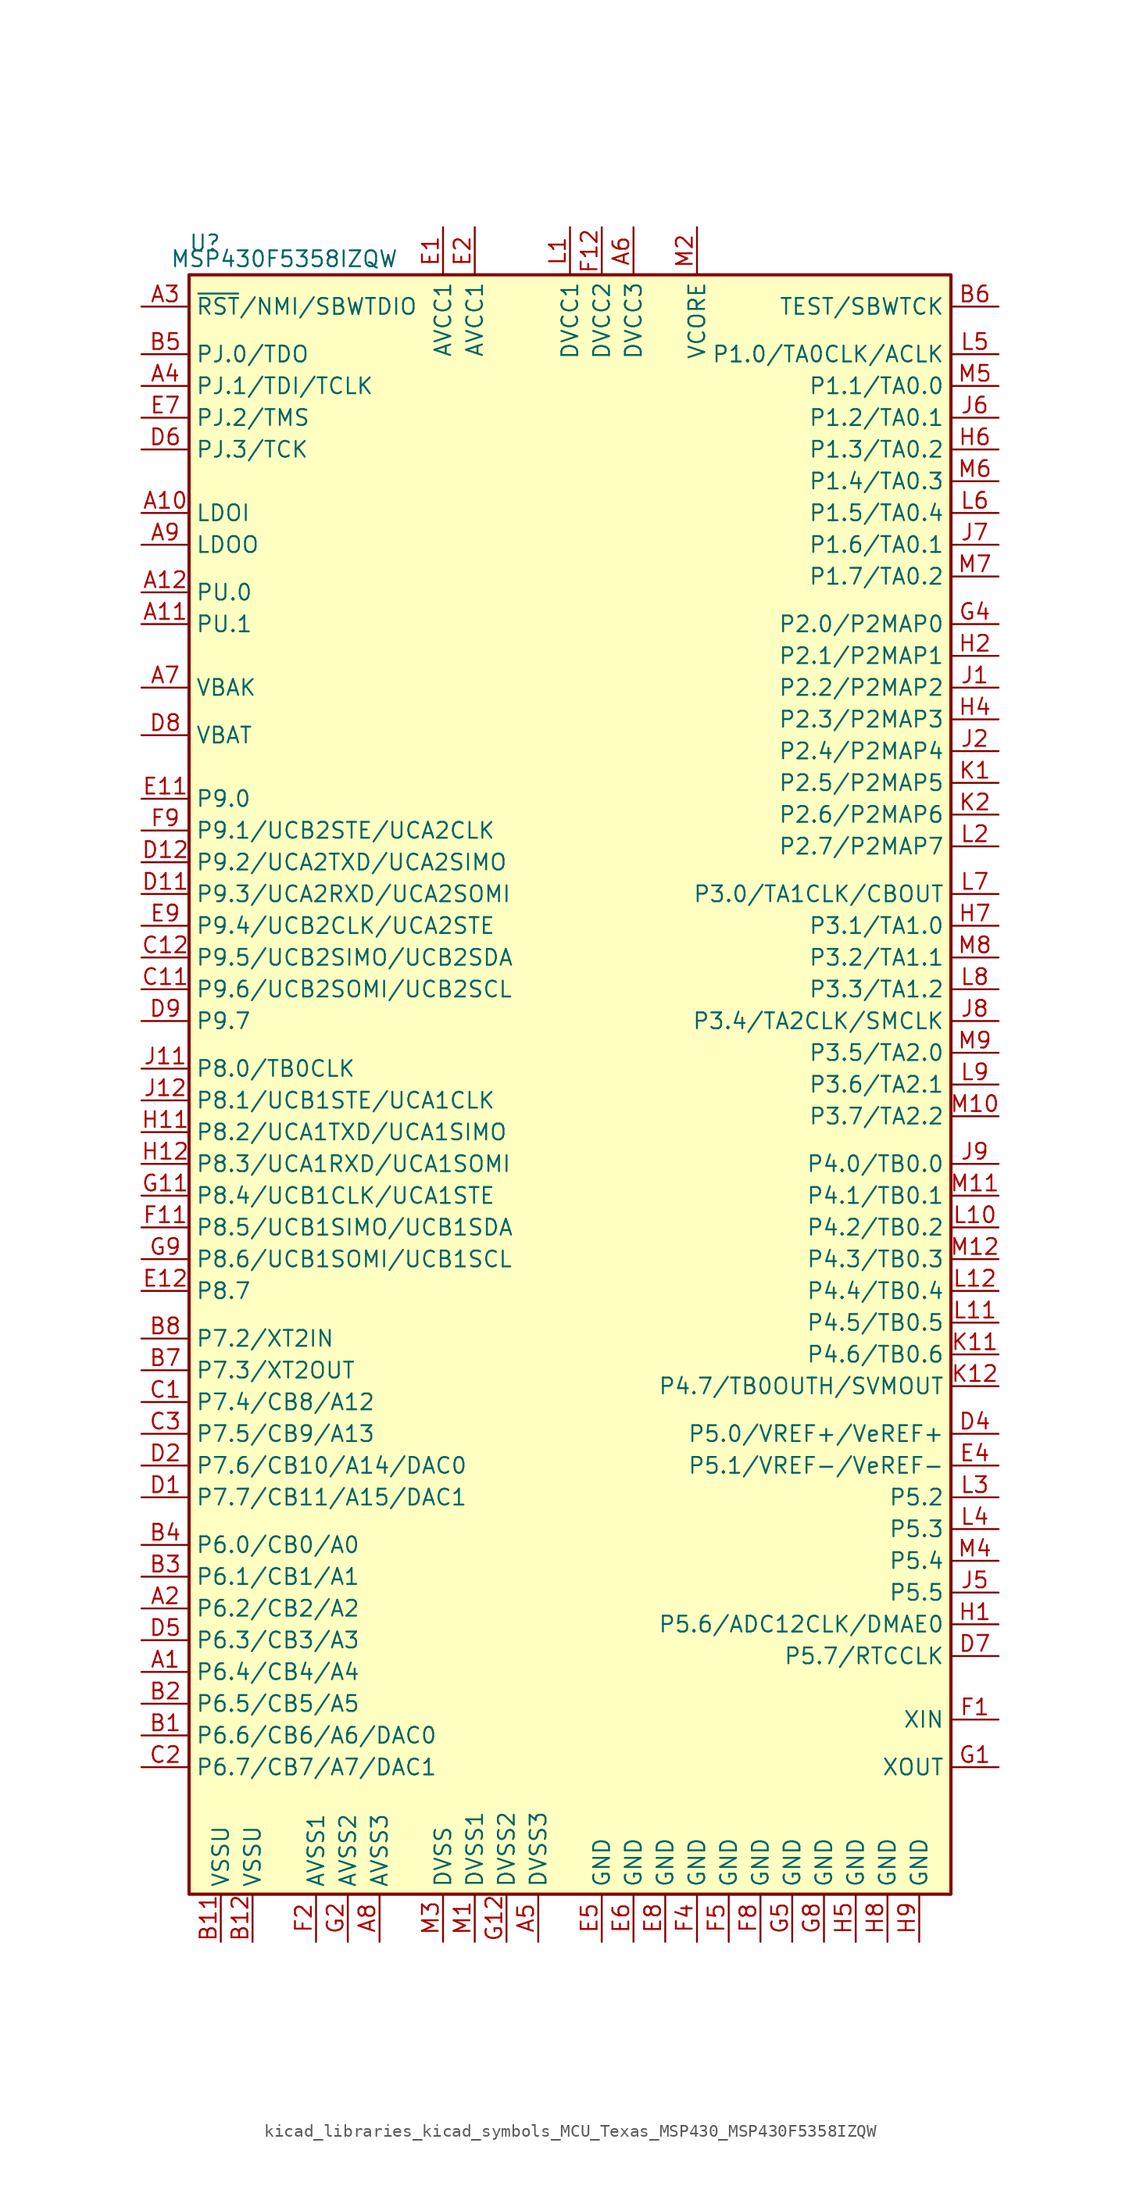
<source format=kicad_sym>
(kicad_symbol_lib
  (version 20220914)
  (generator kicad_symbol_editor)
  (symbol "kicad_libraries_kicad_symbols_MCU_Texas_MSP430_MSP430F5358IZQW"
    (property "Reference" "U"
      (at -29.21 68.58 0)
      (effects (font (size 1.27 1.27))))
    (property "Value" "MSP430F5358IZQW"
      (at -22.86 67.31 0)
      (effects (font (size 1.27 1.27))))
    (symbol "kicad_libraries_kicad_symbols_MCU_Texas_MSP430_MSP430F5358IZQW_0_1"
      (rectangle (start -30.48 66.04) (end 30.48 -63.5) (stroke (width 0.254) (type default)) (fill (type background))))
    (symbol "kicad_libraries_kicad_symbols_MCU_Texas_MSP430_MSP430F5358IZQW_1_1"
      (pin bidirectional line (at -34.29 -45.72 0) (length 3.81) (name "P6.4/CB4/A4" (effects (font (size 1.27 1.27)))) (number "A1" (effects (font (size 1.27 1.27)))))
      (pin bidirectional line (at -34.29 46.99 0) (length 3.81) (name "LDOI" (effects (font (size 1.27 1.27)))) (number "A10" (effects (font (size 1.27 1.27)))))
      (pin bidirectional line (at -34.29 38.1 0) (length 3.81) (name "PU.1" (effects (font (size 1.27 1.27)))) (number "A11" (effects (font (size 1.27 1.27)))))
      (pin bidirectional line (at -34.29 40.64 0) (length 3.81) (name "PU.0" (effects (font (size 1.27 1.27)))) (number "A12" (effects (font (size 1.27 1.27)))))
      (pin bidirectional line (at -34.29 -40.64 0) (length 3.81) (name "P6.2/CB2/A2" (effects (font (size 1.27 1.27)))) (number "A2" (effects (font (size 1.27 1.27)))))
      (pin input line (at -34.29 63.5 0) (length 3.81) (name "~{RST}/NMI/SBWTDIO" (effects (font (size 1.27 1.27)))) (number "A3" (effects (font (size 1.27 1.27)))))
      (pin bidirectional line (at -34.29 57.15 0) (length 3.81) (name "PJ.1/TDI/TCLK" (effects (font (size 1.27 1.27)))) (number "A4" (effects (font (size 1.27 1.27)))))
      (pin power_in line (at -2.54 -67.31 90) (length 3.81) (name "DVSS3" (effects (font (size 1.27 1.27)))) (number "A5" (effects (font (size 1.27 1.27)))))
      (pin power_in line (at 5.08 69.85 270) (length 3.81) (name "DVCC3" (effects (font (size 1.27 1.27)))) (number "A6" (effects (font (size 1.27 1.27)))))
      (pin bidirectional line (at -34.29 33.02 0) (length 3.81) (name "VBAK" (effects (font (size 1.27 1.27)))) (number "A7" (effects (font (size 1.27 1.27)))))
      (pin power_in line (at -15.24 -67.31 90) (length 3.81) (name "AVSS3" (effects (font (size 1.27 1.27)))) (number "A8" (effects (font (size 1.27 1.27)))))
      (pin bidirectional line (at -34.29 44.45 0) (length 3.81) (name "LDOO" (effects (font (size 1.27 1.27)))) (number "A9" (effects (font (size 1.27 1.27)))))
      (pin bidirectional line (at -34.29 -50.8 0) (length 3.81) (name "P6.6/CB6/A6/DAC0" (effects (font (size 1.27 1.27)))) (number "B1" (effects (font (size 1.27 1.27)))))
      (pin power_in line (at -27.94 -67.31 90) (length 3.81) (name "VSSU" (effects (font (size 1.27 1.27)))) (number "B11" (effects (font (size 1.27 1.27)))))
      (pin power_in line (at -25.4 -67.31 90) (length 3.81) (name "VSSU" (effects (font (size 1.27 1.27)))) (number "B12" (effects (font (size 1.27 1.27)))))
      (pin bidirectional line (at -34.29 -48.26 0) (length 3.81) (name "P6.5/CB5/A5" (effects (font (size 1.27 1.27)))) (number "B2" (effects (font (size 1.27 1.27)))))
      (pin bidirectional line (at -34.29 -38.1 0) (length 3.81) (name "P6.1/CB1/A1" (effects (font (size 1.27 1.27)))) (number "B3" (effects (font (size 1.27 1.27)))))
      (pin bidirectional line (at -34.29 -35.56 0) (length 3.81) (name "P6.0/CB0/A0" (effects (font (size 1.27 1.27)))) (number "B4" (effects (font (size 1.27 1.27)))))
      (pin bidirectional line (at -34.29 59.69 0) (length 3.81) (name "PJ.0/TDO" (effects (font (size 1.27 1.27)))) (number "B5" (effects (font (size 1.27 1.27)))))
      (pin input line (at 34.29 63.5 180) (length 3.81) (name "TEST/SBWTCK" (effects (font (size 1.27 1.27)))) (number "B6" (effects (font (size 1.27 1.27)))))
      (pin bidirectional line (at -34.29 -21.59 0) (length 3.81) (name "P7.3/XT2OUT" (effects (font (size 1.27 1.27)))) (number "B7" (effects (font (size 1.27 1.27)))))
      (pin bidirectional line (at -34.29 -19.05 0) (length 3.81) (name "P7.2/XT2IN" (effects (font (size 1.27 1.27)))) (number "B8" (effects (font (size 1.27 1.27)))))
      (pin bidirectional line (at -34.29 -24.13 0) (length 3.81) (name "P7.4/CB8/A12" (effects (font (size 1.27 1.27)))) (number "C1" (effects (font (size 1.27 1.27)))))
      (pin bidirectional line (at -34.29 8.89 0) (length 3.81) (name "P9.6/UCB2SOMI/UCB2SCL" (effects (font (size 1.27 1.27)))) (number "C11" (effects (font (size 1.27 1.27)))))
      (pin bidirectional line (at -34.29 11.43 0) (length 3.81) (name "P9.5/UCB2SIMO/UCB2SDA" (effects (font (size 1.27 1.27)))) (number "C12" (effects (font (size 1.27 1.27)))))
      (pin bidirectional line (at -34.29 -53.34 0) (length 3.81) (name "P6.7/CB7/A7/DAC1" (effects (font (size 1.27 1.27)))) (number "C2" (effects (font (size 1.27 1.27)))))
      (pin bidirectional line (at -34.29 -26.67 0) (length 3.81) (name "P7.5/CB9/A13" (effects (font (size 1.27 1.27)))) (number "C3" (effects (font (size 1.27 1.27)))))
      (pin bidirectional line (at -34.29 -31.75 0) (length 3.81) (name "P7.7/CB11/A15/DAC1" (effects (font (size 1.27 1.27)))) (number "D1" (effects (font (size 1.27 1.27)))))
      (pin bidirectional line (at -34.29 16.51 0) (length 3.81) (name "P9.3/UCA2RXD/UCA2SOMI" (effects (font (size 1.27 1.27)))) (number "D11" (effects (font (size 1.27 1.27)))))
      (pin bidirectional line (at -34.29 19.05 0) (length 3.81) (name "P9.2/UCA2TXD/UCA2SIMO" (effects (font (size 1.27 1.27)))) (number "D12" (effects (font (size 1.27 1.27)))))
      (pin bidirectional line (at -34.29 -29.21 0) (length 3.81) (name "P7.6/CB10/A14/DAC0" (effects (font (size 1.27 1.27)))) (number "D2" (effects (font (size 1.27 1.27)))))
      (pin bidirectional line (at 34.29 -26.67 180) (length 3.81) (name "P5.0/VREF+/VeREF+" (effects (font (size 1.27 1.27)))) (number "D4" (effects (font (size 1.27 1.27)))))
      (pin bidirectional line (at -34.29 -43.18 0) (length 3.81) (name "P6.3/CB3/A3" (effects (font (size 1.27 1.27)))) (number "D5" (effects (font (size 1.27 1.27)))))
      (pin bidirectional line (at -34.29 52.07 0) (length 3.81) (name "PJ.3/TCK" (effects (font (size 1.27 1.27)))) (number "D6" (effects (font (size 1.27 1.27)))))
      (pin bidirectional line (at 34.29 -44.45 180) (length 3.81) (name "P5.7/RTCCLK" (effects (font (size 1.27 1.27)))) (number "D7" (effects (font (size 1.27 1.27)))))
      (pin bidirectional line (at -34.29 29.21 0) (length 3.81) (name "VBAT" (effects (font (size 1.27 1.27)))) (number "D8" (effects (font (size 1.27 1.27)))))
      (pin bidirectional line (at -34.29 6.35 0) (length 3.81) (name "P9.7" (effects (font (size 1.27 1.27)))) (number "D9" (effects (font (size 1.27 1.27)))))
      (pin power_in line (at -10.16 69.85 270) (length 3.81) (name "AVCC1" (effects (font (size 1.27 1.27)))) (number "E1" (effects (font (size 1.27 1.27)))))
      (pin bidirectional line (at -34.29 24.13 0) (length 3.81) (name "P9.0" (effects (font (size 1.27 1.27)))) (number "E11" (effects (font (size 1.27 1.27)))))
      (pin bidirectional line (at -34.29 -15.24 0) (length 3.81) (name "P8.7" (effects (font (size 1.27 1.27)))) (number "E12" (effects (font (size 1.27 1.27)))))
      (pin power_in line (at -7.62 69.85 270) (length 3.81) (name "AVCC1" (effects (font (size 1.27 1.27)))) (number "E2" (effects (font (size 1.27 1.27)))))
      (pin bidirectional line (at 34.29 -29.21 180) (length 3.81) (name "P5.1/VREF-/VeREF-" (effects (font (size 1.27 1.27)))) (number "E4" (effects (font (size 1.27 1.27)))))
      (pin power_in line (at 2.54 -67.31 90) (length 3.81) (name "GND" (effects (font (size 1.27 1.27)))) (number "E5" (effects (font (size 1.27 1.27)))))
      (pin power_in line (at 5.08 -67.31 90) (length 3.81) (name "GND" (effects (font (size 1.27 1.27)))) (number "E6" (effects (font (size 1.27 1.27)))))
      (pin bidirectional line (at -34.29 54.61 0) (length 3.81) (name "PJ.2/TMS" (effects (font (size 1.27 1.27)))) (number "E7" (effects (font (size 1.27 1.27)))))
      (pin power_in line (at 7.62 -67.31 90) (length 3.81) (name "GND" (effects (font (size 1.27 1.27)))) (number "E8" (effects (font (size 1.27 1.27)))))
      (pin bidirectional line (at -34.29 13.97 0) (length 3.81) (name "P9.4/UCB2CLK/UCA2STE" (effects (font (size 1.27 1.27)))) (number "E9" (effects (font (size 1.27 1.27)))))
      (pin bidirectional line (at 34.29 -49.53 180) (length 3.81) (name "XIN" (effects (font (size 1.27 1.27)))) (number "F1" (effects (font (size 1.27 1.27)))))
      (pin bidirectional line (at -34.29 -10.16 0) (length 3.81) (name "P8.5/UCB1SIMO/UCB1SDA" (effects (font (size 1.27 1.27)))) (number "F11" (effects (font (size 1.27 1.27)))))
      (pin power_in line (at 2.54 69.85 270) (length 3.81) (name "DVCC2" (effects (font (size 1.27 1.27)))) (number "F12" (effects (font (size 1.27 1.27)))))
      (pin power_in line (at -20.32 -67.31 90) (length 3.81) (name "AVSS1" (effects (font (size 1.27 1.27)))) (number "F2" (effects (font (size 1.27 1.27)))))
      (pin power_in line (at 10.16 -67.31 90) (length 3.81) (name "GND" (effects (font (size 1.27 1.27)))) (number "F4" (effects (font (size 1.27 1.27)))))
      (pin power_in line (at 12.7 -67.31 90) (length 3.81) (name "GND" (effects (font (size 1.27 1.27)))) (number "F5" (effects (font (size 1.27 1.27)))))
      (pin power_in line (at 15.24 -67.31 90) (length 3.81) (name "GND" (effects (font (size 1.27 1.27)))) (number "F8" (effects (font (size 1.27 1.27)))))
      (pin bidirectional line (at -34.29 21.59 0) (length 3.81) (name "P9.1/UCB2STE/UCA2CLK" (effects (font (size 1.27 1.27)))) (number "F9" (effects (font (size 1.27 1.27)))))
      (pin bidirectional line (at 34.29 -53.34 180) (length 3.81) (name "XOUT" (effects (font (size 1.27 1.27)))) (number "G1" (effects (font (size 1.27 1.27)))))
      (pin bidirectional line (at -34.29 -7.62 0) (length 3.81) (name "P8.4/UCB1CLK/UCA1STE" (effects (font (size 1.27 1.27)))) (number "G11" (effects (font (size 1.27 1.27)))))
      (pin power_in line (at -5.08 -67.31 90) (length 3.81) (name "DVSS2" (effects (font (size 1.27 1.27)))) (number "G12" (effects (font (size 1.27 1.27)))))
      (pin power_in line (at -17.78 -67.31 90) (length 3.81) (name "AVSS2" (effects (font (size 1.27 1.27)))) (number "G2" (effects (font (size 1.27 1.27)))))
      (pin bidirectional line (at 34.29 38.1 180) (length 3.81) (name "P2.0/P2MAP0" (effects (font (size 1.27 1.27)))) (number "G4" (effects (font (size 1.27 1.27)))))
      (pin power_in line (at 17.78 -67.31 90) (length 3.81) (name "GND" (effects (font (size 1.27 1.27)))) (number "G5" (effects (font (size 1.27 1.27)))))
      (pin power_in line (at 20.32 -67.31 90) (length 3.81) (name "GND" (effects (font (size 1.27 1.27)))) (number "G8" (effects (font (size 1.27 1.27)))))
      (pin bidirectional line (at -34.29 -12.7 0) (length 3.81) (name "P8.6/UCB1SOMI/UCB1SCL" (effects (font (size 1.27 1.27)))) (number "G9" (effects (font (size 1.27 1.27)))))
      (pin bidirectional line (at 34.29 -41.91 180) (length 3.81) (name "P5.6/ADC12CLK/DMAE0" (effects (font (size 1.27 1.27)))) (number "H1" (effects (font (size 1.27 1.27)))))
      (pin bidirectional line (at -34.29 -2.54 0) (length 3.81) (name "P8.2/UCA1TXD/UCA1SIMO" (effects (font (size 1.27 1.27)))) (number "H11" (effects (font (size 1.27 1.27)))))
      (pin bidirectional line (at -34.29 -5.08 0) (length 3.81) (name "P8.3/UCA1RXD/UCA1SOMI" (effects (font (size 1.27 1.27)))) (number "H12" (effects (font (size 1.27 1.27)))))
      (pin bidirectional line (at 34.29 35.56 180) (length 3.81) (name "P2.1/P2MAP1" (effects (font (size 1.27 1.27)))) (number "H2" (effects (font (size 1.27 1.27)))))
      (pin bidirectional line (at 34.29 30.48 180) (length 3.81) (name "P2.3/P2MAP3" (effects (font (size 1.27 1.27)))) (number "H4" (effects (font (size 1.27 1.27)))))
      (pin power_in line (at 22.86 -67.31 90) (length 3.81) (name "GND" (effects (font (size 1.27 1.27)))) (number "H5" (effects (font (size 1.27 1.27)))))
      (pin bidirectional line (at 34.29 52.07 180) (length 3.81) (name "P1.3/TA0.2" (effects (font (size 1.27 1.27)))) (number "H6" (effects (font (size 1.27 1.27)))))
      (pin bidirectional line (at 34.29 13.97 180) (length 3.81) (name "P3.1/TA1.0" (effects (font (size 1.27 1.27)))) (number "H7" (effects (font (size 1.27 1.27)))))
      (pin power_in line (at 25.4 -67.31 90) (length 3.81) (name "GND" (effects (font (size 1.27 1.27)))) (number "H8" (effects (font (size 1.27 1.27)))))
      (pin power_in line (at 27.94 -67.31 90) (length 3.81) (name "GND" (effects (font (size 1.27 1.27)))) (number "H9" (effects (font (size 1.27 1.27)))))
      (pin bidirectional line (at 34.29 33.02 180) (length 3.81) (name "P2.2/P2MAP2" (effects (font (size 1.27 1.27)))) (number "J1" (effects (font (size 1.27 1.27)))))
      (pin bidirectional line (at -34.29 2.54 0) (length 3.81) (name "P8.0/TB0CLK" (effects (font (size 1.27 1.27)))) (number "J11" (effects (font (size 1.27 1.27)))))
      (pin bidirectional line (at -34.29 0 0) (length 3.81) (name "P8.1/UCB1STE/UCA1CLK" (effects (font (size 1.27 1.27)))) (number "J12" (effects (font (size 1.27 1.27)))))
      (pin bidirectional line (at 34.29 27.94 180) (length 3.81) (name "P2.4/P2MAP4" (effects (font (size 1.27 1.27)))) (number "J2" (effects (font (size 1.27 1.27)))))
      (pin bidirectional line (at 34.29 -39.37 180) (length 3.81) (name "P5.5" (effects (font (size 1.27 1.27)))) (number "J5" (effects (font (size 1.27 1.27)))))
      (pin bidirectional line (at 34.29 54.61 180) (length 3.81) (name "P1.2/TA0.1" (effects (font (size 1.27 1.27)))) (number "J6" (effects (font (size 1.27 1.27)))))
      (pin bidirectional line (at 34.29 44.45 180) (length 3.81) (name "P1.6/TA0.1" (effects (font (size 1.27 1.27)))) (number "J7" (effects (font (size 1.27 1.27)))))
      (pin bidirectional line (at 34.29 6.35 180) (length 3.81) (name "P3.4/TA2CLK/SMCLK" (effects (font (size 1.27 1.27)))) (number "J8" (effects (font (size 1.27 1.27)))))
      (pin bidirectional line (at 34.29 -5.08 180) (length 3.81) (name "P4.0/TB0.0" (effects (font (size 1.27 1.27)))) (number "J9" (effects (font (size 1.27 1.27)))))
      (pin bidirectional line (at 34.29 25.4 180) (length 3.81) (name "P2.5/P2MAP5" (effects (font (size 1.27 1.27)))) (number "K1" (effects (font (size 1.27 1.27)))))
      (pin bidirectional line (at 34.29 -20.32 180) (length 3.81) (name "P4.6/TB0.6" (effects (font (size 1.27 1.27)))) (number "K11" (effects (font (size 1.27 1.27)))))
      (pin bidirectional line (at 34.29 -22.86 180) (length 3.81) (name "P4.7/TB0OUTH/SVMOUT" (effects (font (size 1.27 1.27)))) (number "K12" (effects (font (size 1.27 1.27)))))
      (pin bidirectional line (at 34.29 22.86 180) (length 3.81) (name "P2.6/P2MAP6" (effects (font (size 1.27 1.27)))) (number "K2" (effects (font (size 1.27 1.27)))))
      (pin power_in line (at 0 69.85 270) (length 3.81) (name "DVCC1" (effects (font (size 1.27 1.27)))) (number "L1" (effects (font (size 1.27 1.27)))))
      (pin bidirectional line (at 34.29 -10.16 180) (length 3.81) (name "P4.2/TB0.2" (effects (font (size 1.27 1.27)))) (number "L10" (effects (font (size 1.27 1.27)))))
      (pin bidirectional line (at 34.29 -17.78 180) (length 3.81) (name "P4.5/TB0.5" (effects (font (size 1.27 1.27)))) (number "L11" (effects (font (size 1.27 1.27)))))
      (pin bidirectional line (at 34.29 -15.24 180) (length 3.81) (name "P4.4/TB0.4" (effects (font (size 1.27 1.27)))) (number "L12" (effects (font (size 1.27 1.27)))))
      (pin bidirectional line (at 34.29 20.32 180) (length 3.81) (name "P2.7/P2MAP7" (effects (font (size 1.27 1.27)))) (number "L2" (effects (font (size 1.27 1.27)))))
      (pin bidirectional line (at 34.29 -31.75 180) (length 3.81) (name "P5.2" (effects (font (size 1.27 1.27)))) (number "L3" (effects (font (size 1.27 1.27)))))
      (pin bidirectional line (at 34.29 -34.29 180) (length 3.81) (name "P5.3" (effects (font (size 1.27 1.27)))) (number "L4" (effects (font (size 1.27 1.27)))))
      (pin bidirectional line (at 34.29 59.69 180) (length 3.81) (name "P1.0/TA0CLK/ACLK" (effects (font (size 1.27 1.27)))) (number "L5" (effects (font (size 1.27 1.27)))))
      (pin bidirectional line (at 34.29 46.99 180) (length 3.81) (name "P1.5/TA0.4" (effects (font (size 1.27 1.27)))) (number "L6" (effects (font (size 1.27 1.27)))))
      (pin bidirectional line (at 34.29 16.51 180) (length 3.81) (name "P3.0/TA1CLK/CBOUT" (effects (font (size 1.27 1.27)))) (number "L7" (effects (font (size 1.27 1.27)))))
      (pin bidirectional line (at 34.29 8.89 180) (length 3.81) (name "P3.3/TA1.2" (effects (font (size 1.27 1.27)))) (number "L8" (effects (font (size 1.27 1.27)))))
      (pin bidirectional line (at 34.29 1.27 180) (length 3.81) (name "P3.6/TA2.1" (effects (font (size 1.27 1.27)))) (number "L9" (effects (font (size 1.27 1.27)))))
      (pin power_in line (at -7.62 -67.31 90) (length 3.81) (name "DVSS1" (effects (font (size 1.27 1.27)))) (number "M1" (effects (font (size 1.27 1.27)))))
      (pin bidirectional line (at 34.29 -1.27 180) (length 3.81) (name "P3.7/TA2.2" (effects (font (size 1.27 1.27)))) (number "M10" (effects (font (size 1.27 1.27)))))
      (pin bidirectional line (at 34.29 -7.62 180) (length 3.81) (name "P4.1/TB0.1" (effects (font (size 1.27 1.27)))) (number "M11" (effects (font (size 1.27 1.27)))))
      (pin bidirectional line (at 34.29 -12.7 180) (length 3.81) (name "P4.3/TB0.3" (effects (font (size 1.27 1.27)))) (number "M12" (effects (font (size 1.27 1.27)))))
      (pin bidirectional line (at 10.16 69.85 270) (length 3.81) (name "VCORE" (effects (font (size 1.27 1.27)))) (number "M2" (effects (font (size 1.27 1.27)))))
      (pin power_in line (at -10.16 -67.31 90) (length 3.81) (name "DVSS" (effects (font (size 1.27 1.27)))) (number "M3" (effects (font (size 1.27 1.27)))))
      (pin bidirectional line (at 34.29 -36.83 180) (length 3.81) (name "P5.4" (effects (font (size 1.27 1.27)))) (number "M4" (effects (font (size 1.27 1.27)))))
      (pin bidirectional line (at 34.29 57.15 180) (length 3.81) (name "P1.1/TA0.0" (effects (font (size 1.27 1.27)))) (number "M5" (effects (font (size 1.27 1.27)))))
      (pin bidirectional line (at 34.29 49.53 180) (length 3.81) (name "P1.4/TA0.3" (effects (font (size 1.27 1.27)))) (number "M6" (effects (font (size 1.27 1.27)))))
      (pin bidirectional line (at 34.29 41.91 180) (length 3.81) (name "P1.7/TA0.2" (effects (font (size 1.27 1.27)))) (number "M7" (effects (font (size 1.27 1.27)))))
      (pin bidirectional line (at 34.29 11.43 180) (length 3.81) (name "P3.2/TA1.1" (effects (font (size 1.27 1.27)))) (number "M8" (effects (font (size 1.27 1.27)))))
      (pin bidirectional line (at 34.29 3.81 180) (length 3.81) (name "P3.5/TA2.0" (effects (font (size 1.27 1.27)))) (number "M9" (effects (font (size 1.27 1.27))))))))
</source>
